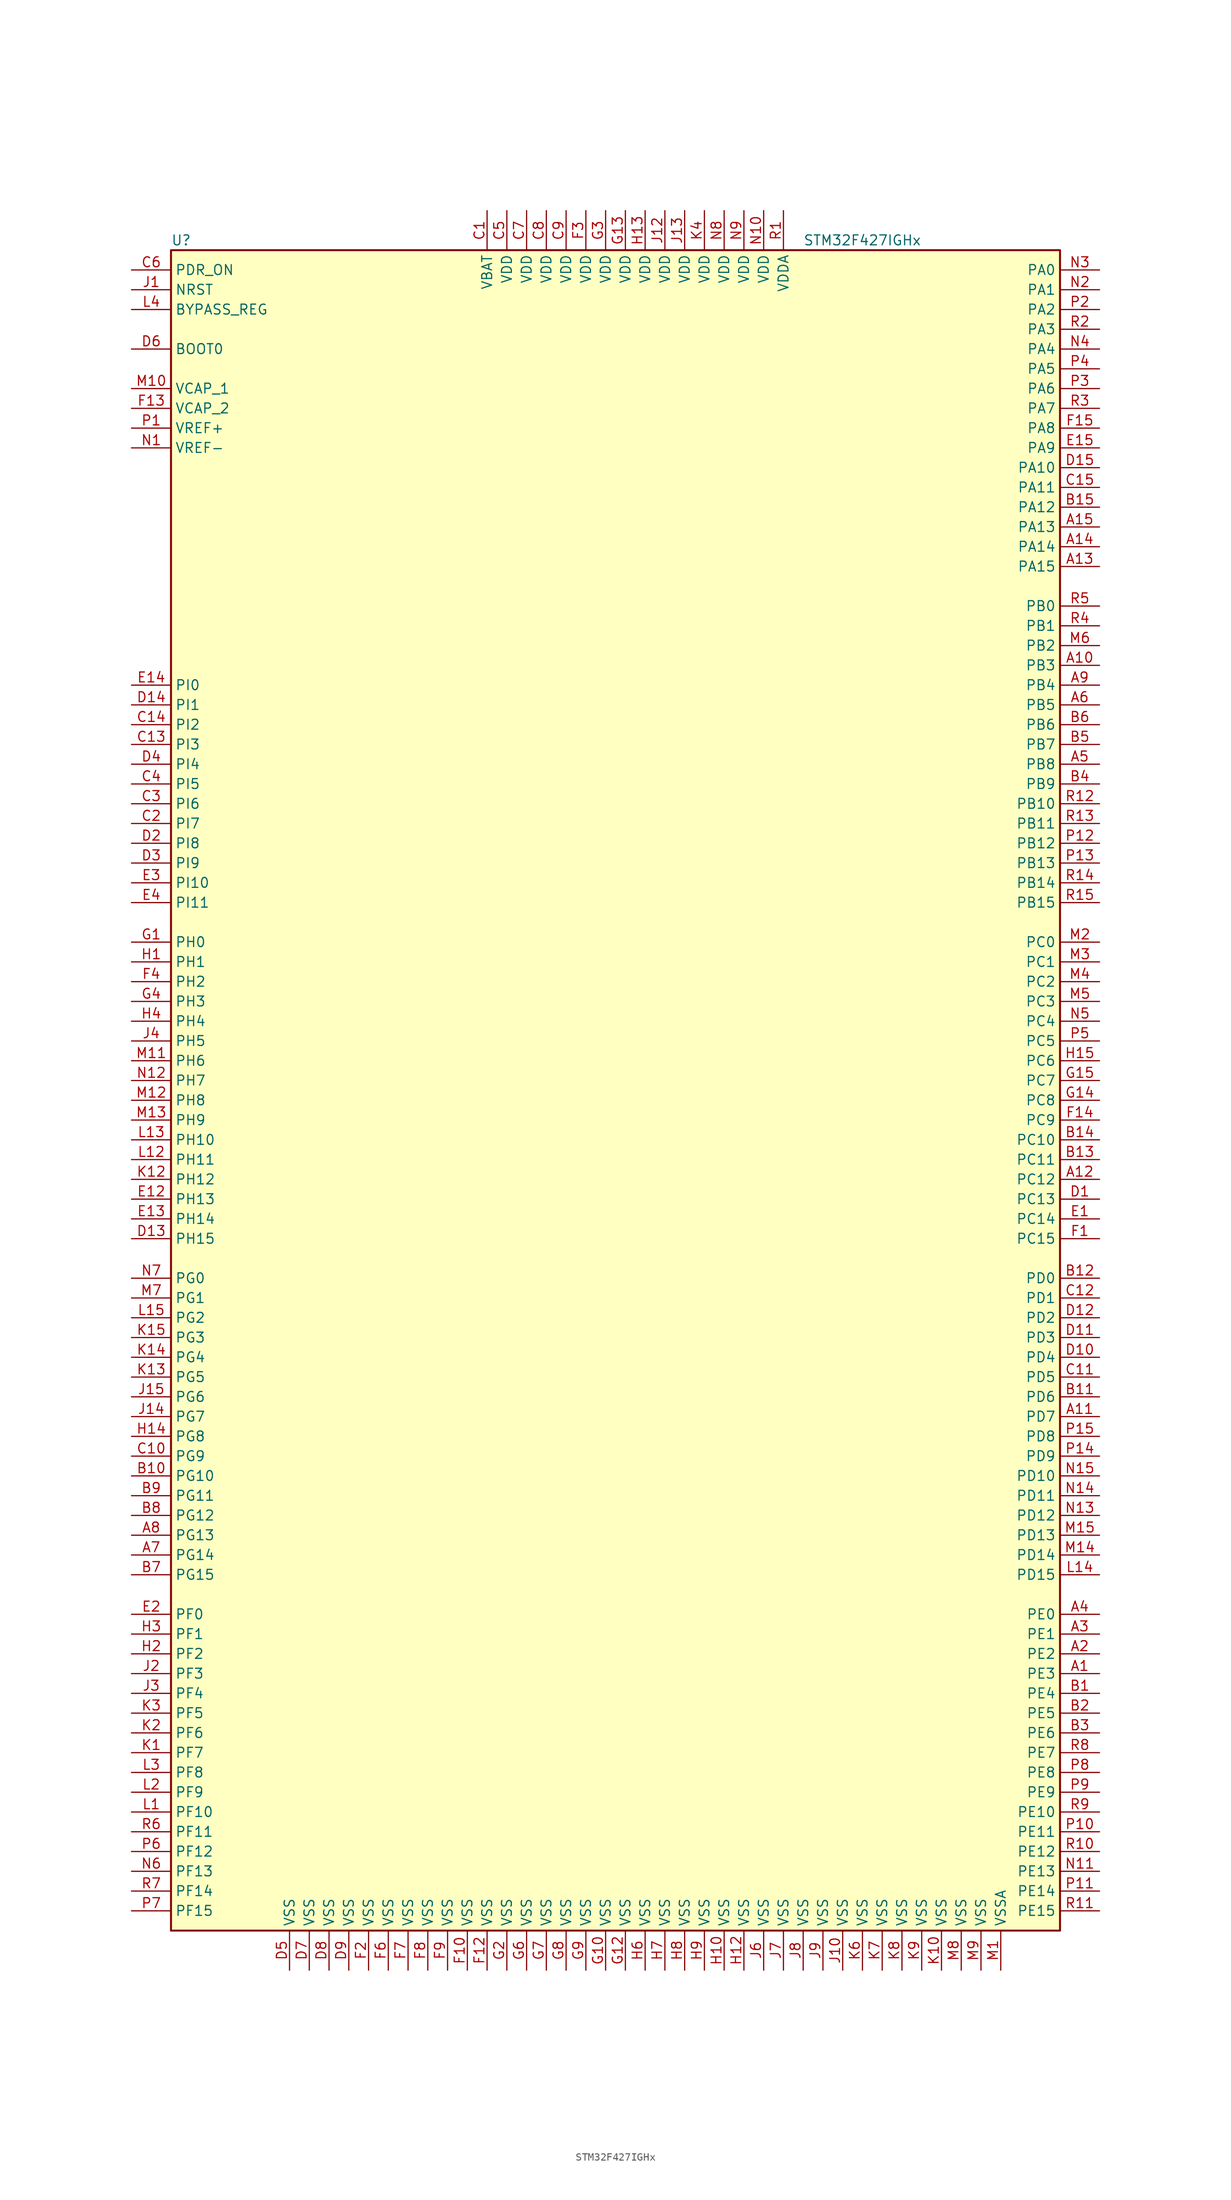
<source format=kicad_sym>
(kicad_symbol_lib
  (version 20211014)
  (generator kicad_symbol_editor)
  (symbol "STM32F427IGHx"
    (property "Reference" "U"
      (at -58.42 107.95 0)
      (effects (font (size 1.27 1.27)) (justify left)))
    (property "Value" "STM32F427IGHx"
      (at 22.86 107.95 0)
      (effects (font (size 1.27 1.27)) (justify left)))
    (symbol "STM32F427IGHx_0_1"
      (rectangle (start -58.42 -109.22) (end 55.88 106.68) (stroke (width 0.254) (type default) (color 0 0 0 0)) (fill (type background))))
    (symbol "STM32F427IGHx_1_1"
      (pin bidirectional line (at 60.96 -76.2 180) (length 5.08) (name "PE3" (effects (font (size 1.27 1.27)))) (number "A1" (effects (font (size 1.27 1.27)))))
      (pin bidirectional line (at 60.96 53.34 180) (length 5.08) (name "PB3" (effects (font (size 1.27 1.27)))) (number "A10" (effects (font (size 1.27 1.27)))))
      (pin bidirectional line (at 60.96 -43.18 180) (length 5.08) (name "PD7" (effects (font (size 1.27 1.27)))) (number "A11" (effects (font (size 1.27 1.27)))))
      (pin bidirectional line (at 60.96 -12.7 180) (length 5.08) (name "PC12" (effects (font (size 1.27 1.27)))) (number "A12" (effects (font (size 1.27 1.27)))))
      (pin bidirectional line (at 60.96 66.04 180) (length 5.08) (name "PA15" (effects (font (size 1.27 1.27)))) (number "A13" (effects (font (size 1.27 1.27)))))
      (pin bidirectional line (at 60.96 68.58 180) (length 5.08) (name "PA14" (effects (font (size 1.27 1.27)))) (number "A14" (effects (font (size 1.27 1.27)))))
      (pin bidirectional line (at 60.96 71.12 180) (length 5.08) (name "PA13" (effects (font (size 1.27 1.27)))) (number "A15" (effects (font (size 1.27 1.27)))))
      (pin bidirectional line (at 60.96 -73.66 180) (length 5.08) (name "PE2" (effects (font (size 1.27 1.27)))) (number "A2" (effects (font (size 1.27 1.27)))))
      (pin bidirectional line (at 60.96 -71.12 180) (length 5.08) (name "PE1" (effects (font (size 1.27 1.27)))) (number "A3" (effects (font (size 1.27 1.27)))))
      (pin bidirectional line (at 60.96 -68.58 180) (length 5.08) (name "PE0" (effects (font (size 1.27 1.27)))) (number "A4" (effects (font (size 1.27 1.27)))))
      (pin bidirectional line (at 60.96 40.64 180) (length 5.08) (name "PB8" (effects (font (size 1.27 1.27)))) (number "A5" (effects (font (size 1.27 1.27)))))
      (pin bidirectional line (at 60.96 48.26 180) (length 5.08) (name "PB5" (effects (font (size 1.27 1.27)))) (number "A6" (effects (font (size 1.27 1.27)))))
      (pin bidirectional line (at -63.5 -60.96 0) (length 5.08) (name "PG14" (effects (font (size 1.27 1.27)))) (number "A7" (effects (font (size 1.27 1.27)))))
      (pin bidirectional line (at -63.5 -58.42 0) (length 5.08) (name "PG13" (effects (font (size 1.27 1.27)))) (number "A8" (effects (font (size 1.27 1.27)))))
      (pin bidirectional line (at 60.96 50.8 180) (length 5.08) (name "PB4" (effects (font (size 1.27 1.27)))) (number "A9" (effects (font (size 1.27 1.27)))))
      (pin bidirectional line (at 60.96 -78.74 180) (length 5.08) (name "PE4" (effects (font (size 1.27 1.27)))) (number "B1" (effects (font (size 1.27 1.27)))))
      (pin bidirectional line (at -63.5 -50.8 0) (length 5.08) (name "PG10" (effects (font (size 1.27 1.27)))) (number "B10" (effects (font (size 1.27 1.27)))))
      (pin bidirectional line (at 60.96 -40.64 180) (length 5.08) (name "PD6" (effects (font (size 1.27 1.27)))) (number "B11" (effects (font (size 1.27 1.27)))))
      (pin bidirectional line (at 60.96 -25.4 180) (length 5.08) (name "PD0" (effects (font (size 1.27 1.27)))) (number "B12" (effects (font (size 1.27 1.27)))))
      (pin bidirectional line (at 60.96 -10.16 180) (length 5.08) (name "PC11" (effects (font (size 1.27 1.27)))) (number "B13" (effects (font (size 1.27 1.27)))))
      (pin bidirectional line (at 60.96 -7.62 180) (length 5.08) (name "PC10" (effects (font (size 1.27 1.27)))) (number "B14" (effects (font (size 1.27 1.27)))))
      (pin bidirectional line (at 60.96 73.66 180) (length 5.08) (name "PA12" (effects (font (size 1.27 1.27)))) (number "B15" (effects (font (size 1.27 1.27)))))
      (pin bidirectional line (at 60.96 -81.28 180) (length 5.08) (name "PE5" (effects (font (size 1.27 1.27)))) (number "B2" (effects (font (size 1.27 1.27)))))
      (pin bidirectional line (at 60.96 -83.82 180) (length 5.08) (name "PE6" (effects (font (size 1.27 1.27)))) (number "B3" (effects (font (size 1.27 1.27)))))
      (pin bidirectional line (at 60.96 38.1 180) (length 5.08) (name "PB9" (effects (font (size 1.27 1.27)))) (number "B4" (effects (font (size 1.27 1.27)))))
      (pin bidirectional line (at 60.96 43.18 180) (length 5.08) (name "PB7" (effects (font (size 1.27 1.27)))) (number "B5" (effects (font (size 1.27 1.27)))))
      (pin bidirectional line (at 60.96 45.72 180) (length 5.08) (name "PB6" (effects (font (size 1.27 1.27)))) (number "B6" (effects (font (size 1.27 1.27)))))
      (pin bidirectional line (at -63.5 -63.5 0) (length 5.08) (name "PG15" (effects (font (size 1.27 1.27)))) (number "B7" (effects (font (size 1.27 1.27)))))
      (pin bidirectional line (at -63.5 -55.88 0) (length 5.08) (name "PG12" (effects (font (size 1.27 1.27)))) (number "B8" (effects (font (size 1.27 1.27)))))
      (pin bidirectional line (at -63.5 -53.34 0) (length 5.08) (name "PG11" (effects (font (size 1.27 1.27)))) (number "B9" (effects (font (size 1.27 1.27)))))
      (pin power_in line (at -17.78 111.76 270) (length 5.08) (name "VBAT" (effects (font (size 1.27 1.27)))) (number "C1" (effects (font (size 1.27 1.27)))))
      (pin bidirectional line (at -63.5 -48.26 0) (length 5.08) (name "PG9" (effects (font (size 1.27 1.27)))) (number "C10" (effects (font (size 1.27 1.27)))))
      (pin bidirectional line (at 60.96 -38.1 180) (length 5.08) (name "PD5" (effects (font (size 1.27 1.27)))) (number "C11" (effects (font (size 1.27 1.27)))))
      (pin bidirectional line (at 60.96 -27.94 180) (length 5.08) (name "PD1" (effects (font (size 1.27 1.27)))) (number "C12" (effects (font (size 1.27 1.27)))))
      (pin bidirectional line (at -63.5 43.18 0) (length 5.08) (name "PI3" (effects (font (size 1.27 1.27)))) (number "C13" (effects (font (size 1.27 1.27)))))
      (pin bidirectional line (at -63.5 45.72 0) (length 5.08) (name "PI2" (effects (font (size 1.27 1.27)))) (number "C14" (effects (font (size 1.27 1.27)))))
      (pin bidirectional line (at 60.96 76.2 180) (length 5.08) (name "PA11" (effects (font (size 1.27 1.27)))) (number "C15" (effects (font (size 1.27 1.27)))))
      (pin bidirectional line (at -63.5 33.02 0) (length 5.08) (name "PI7" (effects (font (size 1.27 1.27)))) (number "C2" (effects (font (size 1.27 1.27)))))
      (pin bidirectional line (at -63.5 35.56 0) (length 5.08) (name "PI6" (effects (font (size 1.27 1.27)))) (number "C3" (effects (font (size 1.27 1.27)))))
      (pin bidirectional line (at -63.5 38.1 0) (length 5.08) (name "PI5" (effects (font (size 1.27 1.27)))) (number "C4" (effects (font (size 1.27 1.27)))))
      (pin power_in line (at -15.24 111.76 270) (length 5.08) (name "VDD" (effects (font (size 1.27 1.27)))) (number "C5" (effects (font (size 1.27 1.27)))))
      (pin input line (at -63.5 104.14 0) (length 5.08) (name "PDR_ON" (effects (font (size 1.27 1.27)))) (number "C6" (effects (font (size 1.27 1.27)))))
      (pin power_in line (at -12.7 111.76 270) (length 5.08) (name "VDD" (effects (font (size 1.27 1.27)))) (number "C7" (effects (font (size 1.27 1.27)))))
      (pin power_in line (at -10.16 111.76 270) (length 5.08) (name "VDD" (effects (font (size 1.27 1.27)))) (number "C8" (effects (font (size 1.27 1.27)))))
      (pin power_in line (at -7.62 111.76 270) (length 5.08) (name "VDD" (effects (font (size 1.27 1.27)))) (number "C9" (effects (font (size 1.27 1.27)))))
      (pin bidirectional line (at 60.96 -15.24 180) (length 5.08) (name "PC13" (effects (font (size 1.27 1.27)))) (number "D1" (effects (font (size 1.27 1.27)))))
      (pin bidirectional line (at 60.96 -35.56 180) (length 5.08) (name "PD4" (effects (font (size 1.27 1.27)))) (number "D10" (effects (font (size 1.27 1.27)))))
      (pin bidirectional line (at 60.96 -33.02 180) (length 5.08) (name "PD3" (effects (font (size 1.27 1.27)))) (number "D11" (effects (font (size 1.27 1.27)))))
      (pin bidirectional line (at 60.96 -30.48 180) (length 5.08) (name "PD2" (effects (font (size 1.27 1.27)))) (number "D12" (effects (font (size 1.27 1.27)))))
      (pin bidirectional line (at -63.5 -20.32 0) (length 5.08) (name "PH15" (effects (font (size 1.27 1.27)))) (number "D13" (effects (font (size 1.27 1.27)))))
      (pin bidirectional line (at -63.5 48.26 0) (length 5.08) (name "PI1" (effects (font (size 1.27 1.27)))) (number "D14" (effects (font (size 1.27 1.27)))))
      (pin bidirectional line (at 60.96 78.74 180) (length 5.08) (name "PA10" (effects (font (size 1.27 1.27)))) (number "D15" (effects (font (size 1.27 1.27)))))
      (pin bidirectional line (at -63.5 30.48 0) (length 5.08) (name "PI8" (effects (font (size 1.27 1.27)))) (number "D2" (effects (font (size 1.27 1.27)))))
      (pin bidirectional line (at -63.5 27.94 0) (length 5.08) (name "PI9" (effects (font (size 1.27 1.27)))) (number "D3" (effects (font (size 1.27 1.27)))))
      (pin bidirectional line (at -63.5 40.64 0) (length 5.08) (name "PI4" (effects (font (size 1.27 1.27)))) (number "D4" (effects (font (size 1.27 1.27)))))
      (pin power_in line (at -43.18 -114.3 90) (length 5.08) (name "VSS" (effects (font (size 1.27 1.27)))) (number "D5" (effects (font (size 1.27 1.27)))))
      (pin input line (at -63.5 93.98 0) (length 5.08) (name "BOOT0" (effects (font (size 1.27 1.27)))) (number "D6" (effects (font (size 1.27 1.27)))))
      (pin power_in line (at -40.64 -114.3 90) (length 5.08) (name "VSS" (effects (font (size 1.27 1.27)))) (number "D7" (effects (font (size 1.27 1.27)))))
      (pin power_in line (at -38.1 -114.3 90) (length 5.08) (name "VSS" (effects (font (size 1.27 1.27)))) (number "D8" (effects (font (size 1.27 1.27)))))
      (pin power_in line (at -35.56 -114.3 90) (length 5.08) (name "VSS" (effects (font (size 1.27 1.27)))) (number "D9" (effects (font (size 1.27 1.27)))))
      (pin bidirectional line (at 60.96 -17.78 180) (length 5.08) (name "PC14" (effects (font (size 1.27 1.27)))) (number "E1" (effects (font (size 1.27 1.27)))))
      (pin bidirectional line (at -63.5 -15.24 0) (length 5.08) (name "PH13" (effects (font (size 1.27 1.27)))) (number "E12" (effects (font (size 1.27 1.27)))))
      (pin bidirectional line (at -63.5 -17.78 0) (length 5.08) (name "PH14" (effects (font (size 1.27 1.27)))) (number "E13" (effects (font (size 1.27 1.27)))))
      (pin bidirectional line (at -63.5 50.8 0) (length 5.08) (name "PI0" (effects (font (size 1.27 1.27)))) (number "E14" (effects (font (size 1.27 1.27)))))
      (pin bidirectional line (at 60.96 81.28 180) (length 5.08) (name "PA9" (effects (font (size 1.27 1.27)))) (number "E15" (effects (font (size 1.27 1.27)))))
      (pin bidirectional line (at -63.5 -68.58 0) (length 5.08) (name "PF0" (effects (font (size 1.27 1.27)))) (number "E2" (effects (font (size 1.27 1.27)))))
      (pin bidirectional line (at -63.5 25.4 0) (length 5.08) (name "PI10" (effects (font (size 1.27 1.27)))) (number "E3" (effects (font (size 1.27 1.27)))))
      (pin bidirectional line (at -63.5 22.86 0) (length 5.08) (name "PI11" (effects (font (size 1.27 1.27)))) (number "E4" (effects (font (size 1.27 1.27)))))
      (pin bidirectional line (at 60.96 -20.32 180) (length 5.08) (name "PC15" (effects (font (size 1.27 1.27)))) (number "F1" (effects (font (size 1.27 1.27)))))
      (pin power_in line (at -20.32 -114.3 90) (length 5.08) (name "VSS" (effects (font (size 1.27 1.27)))) (number "F10" (effects (font (size 1.27 1.27)))))
      (pin power_in line (at -17.78 -114.3 90) (length 5.08) (name "VSS" (effects (font (size 1.27 1.27)))) (number "F12" (effects (font (size 1.27 1.27)))))
      (pin power_in line (at -63.5 86.36 0) (length 5.08) (name "VCAP_2" (effects (font (size 1.27 1.27)))) (number "F13" (effects (font (size 1.27 1.27)))))
      (pin bidirectional line (at 60.96 -5.08 180) (length 5.08) (name "PC9" (effects (font (size 1.27 1.27)))) (number "F14" (effects (font (size 1.27 1.27)))))
      (pin bidirectional line (at 60.96 83.82 180) (length 5.08) (name "PA8" (effects (font (size 1.27 1.27)))) (number "F15" (effects (font (size 1.27 1.27)))))
      (pin power_in line (at -33.02 -114.3 90) (length 5.08) (name "VSS" (effects (font (size 1.27 1.27)))) (number "F2" (effects (font (size 1.27 1.27)))))
      (pin power_in line (at -5.08 111.76 270) (length 5.08) (name "VDD" (effects (font (size 1.27 1.27)))) (number "F3" (effects (font (size 1.27 1.27)))))
      (pin bidirectional line (at -63.5 12.7 0) (length 5.08) (name "PH2" (effects (font (size 1.27 1.27)))) (number "F4" (effects (font (size 1.27 1.27)))))
      (pin power_in line (at -30.48 -114.3 90) (length 5.08) (name "VSS" (effects (font (size 1.27 1.27)))) (number "F6" (effects (font (size 1.27 1.27)))))
      (pin power_in line (at -27.94 -114.3 90) (length 5.08) (name "VSS" (effects (font (size 1.27 1.27)))) (number "F7" (effects (font (size 1.27 1.27)))))
      (pin power_in line (at -25.4 -114.3 90) (length 5.08) (name "VSS" (effects (font (size 1.27 1.27)))) (number "F8" (effects (font (size 1.27 1.27)))))
      (pin power_in line (at -22.86 -114.3 90) (length 5.08) (name "VSS" (effects (font (size 1.27 1.27)))) (number "F9" (effects (font (size 1.27 1.27)))))
      (pin input line (at -63.5 17.78 0) (length 5.08) (name "PH0" (effects (font (size 1.27 1.27)))) (number "G1" (effects (font (size 1.27 1.27)))))
      (pin power_in line (at -2.54 -114.3 90) (length 5.08) (name "VSS" (effects (font (size 1.27 1.27)))) (number "G10" (effects (font (size 1.27 1.27)))))
      (pin power_in line (at 0 -114.3 90) (length 5.08) (name "VSS" (effects (font (size 1.27 1.27)))) (number "G12" (effects (font (size 1.27 1.27)))))
      (pin power_in line (at 0 111.76 270) (length 5.08) (name "VDD" (effects (font (size 1.27 1.27)))) (number "G13" (effects (font (size 1.27 1.27)))))
      (pin bidirectional line (at 60.96 -2.54 180) (length 5.08) (name "PC8" (effects (font (size 1.27 1.27)))) (number "G14" (effects (font (size 1.27 1.27)))))
      (pin bidirectional line (at 60.96 0 180) (length 5.08) (name "PC7" (effects (font (size 1.27 1.27)))) (number "G15" (effects (font (size 1.27 1.27)))))
      (pin power_in line (at -15.24 -114.3 90) (length 5.08) (name "VSS" (effects (font (size 1.27 1.27)))) (number "G2" (effects (font (size 1.27 1.27)))))
      (pin power_in line (at -2.54 111.76 270) (length 5.08) (name "VDD" (effects (font (size 1.27 1.27)))) (number "G3" (effects (font (size 1.27 1.27)))))
      (pin bidirectional line (at -63.5 10.16 0) (length 5.08) (name "PH3" (effects (font (size 1.27 1.27)))) (number "G4" (effects (font (size 1.27 1.27)))))
      (pin power_in line (at -12.7 -114.3 90) (length 5.08) (name "VSS" (effects (font (size 1.27 1.27)))) (number "G6" (effects (font (size 1.27 1.27)))))
      (pin power_in line (at -10.16 -114.3 90) (length 5.08) (name "VSS" (effects (font (size 1.27 1.27)))) (number "G7" (effects (font (size 1.27 1.27)))))
      (pin power_in line (at -7.62 -114.3 90) (length 5.08) (name "VSS" (effects (font (size 1.27 1.27)))) (number "G8" (effects (font (size 1.27 1.27)))))
      (pin power_in line (at -5.08 -114.3 90) (length 5.08) (name "VSS" (effects (font (size 1.27 1.27)))) (number "G9" (effects (font (size 1.27 1.27)))))
      (pin input line (at -63.5 15.24 0) (length 5.08) (name "PH1" (effects (font (size 1.27 1.27)))) (number "H1" (effects (font (size 1.27 1.27)))))
      (pin power_in line (at 12.7 -114.3 90) (length 5.08) (name "VSS" (effects (font (size 1.27 1.27)))) (number "H10" (effects (font (size 1.27 1.27)))))
      (pin power_in line (at 15.24 -114.3 90) (length 5.08) (name "VSS" (effects (font (size 1.27 1.27)))) (number "H12" (effects (font (size 1.27 1.27)))))
      (pin power_in line (at 2.54 111.76 270) (length 5.08) (name "VDD" (effects (font (size 1.27 1.27)))) (number "H13" (effects (font (size 1.27 1.27)))))
      (pin bidirectional line (at -63.5 -45.72 0) (length 5.08) (name "PG8" (effects (font (size 1.27 1.27)))) (number "H14" (effects (font (size 1.27 1.27)))))
      (pin bidirectional line (at 60.96 2.54 180) (length 5.08) (name "PC6" (effects (font (size 1.27 1.27)))) (number "H15" (effects (font (size 1.27 1.27)))))
      (pin bidirectional line (at -63.5 -73.66 0) (length 5.08) (name "PF2" (effects (font (size 1.27 1.27)))) (number "H2" (effects (font (size 1.27 1.27)))))
      (pin bidirectional line (at -63.5 -71.12 0) (length 5.08) (name "PF1" (effects (font (size 1.27 1.27)))) (number "H3" (effects (font (size 1.27 1.27)))))
      (pin bidirectional line (at -63.5 7.62 0) (length 5.08) (name "PH4" (effects (font (size 1.27 1.27)))) (number "H4" (effects (font (size 1.27 1.27)))))
      (pin power_in line (at 2.54 -114.3 90) (length 5.08) (name "VSS" (effects (font (size 1.27 1.27)))) (number "H6" (effects (font (size 1.27 1.27)))))
      (pin power_in line (at 5.08 -114.3 90) (length 5.08) (name "VSS" (effects (font (size 1.27 1.27)))) (number "H7" (effects (font (size 1.27 1.27)))))
      (pin power_in line (at 7.62 -114.3 90) (length 5.08) (name "VSS" (effects (font (size 1.27 1.27)))) (number "H8" (effects (font (size 1.27 1.27)))))
      (pin power_in line (at 10.16 -114.3 90) (length 5.08) (name "VSS" (effects (font (size 1.27 1.27)))) (number "H9" (effects (font (size 1.27 1.27)))))
      (pin input line (at -63.5 101.6 0) (length 5.08) (name "NRST" (effects (font (size 1.27 1.27)))) (number "J1" (effects (font (size 1.27 1.27)))))
      (pin power_in line (at 27.94 -114.3 90) (length 5.08) (name "VSS" (effects (font (size 1.27 1.27)))) (number "J10" (effects (font (size 1.27 1.27)))))
      (pin power_in line (at 5.08 111.76 270) (length 5.08) (name "VDD" (effects (font (size 1.27 1.27)))) (number "J12" (effects (font (size 1.27 1.27)))))
      (pin power_in line (at 7.62 111.76 270) (length 5.08) (name "VDD" (effects (font (size 1.27 1.27)))) (number "J13" (effects (font (size 1.27 1.27)))))
      (pin bidirectional line (at -63.5 -43.18 0) (length 5.08) (name "PG7" (effects (font (size 1.27 1.27)))) (number "J14" (effects (font (size 1.27 1.27)))))
      (pin bidirectional line (at -63.5 -40.64 0) (length 5.08) (name "PG6" (effects (font (size 1.27 1.27)))) (number "J15" (effects (font (size 1.27 1.27)))))
      (pin bidirectional line (at -63.5 -76.2 0) (length 5.08) (name "PF3" (effects (font (size 1.27 1.27)))) (number "J2" (effects (font (size 1.27 1.27)))))
      (pin bidirectional line (at -63.5 -78.74 0) (length 5.08) (name "PF4" (effects (font (size 1.27 1.27)))) (number "J3" (effects (font (size 1.27 1.27)))))
      (pin bidirectional line (at -63.5 5.08 0) (length 5.08) (name "PH5" (effects (font (size 1.27 1.27)))) (number "J4" (effects (font (size 1.27 1.27)))))
      (pin power_in line (at 17.78 -114.3 90) (length 5.08) (name "VSS" (effects (font (size 1.27 1.27)))) (number "J6" (effects (font (size 1.27 1.27)))))
      (pin power_in line (at 20.32 -114.3 90) (length 5.08) (name "VSS" (effects (font (size 1.27 1.27)))) (number "J7" (effects (font (size 1.27 1.27)))))
      (pin power_in line (at 22.86 -114.3 90) (length 5.08) (name "VSS" (effects (font (size 1.27 1.27)))) (number "J8" (effects (font (size 1.27 1.27)))))
      (pin power_in line (at 25.4 -114.3 90) (length 5.08) (name "VSS" (effects (font (size 1.27 1.27)))) (number "J9" (effects (font (size 1.27 1.27)))))
      (pin bidirectional line (at -63.5 -86.36 0) (length 5.08) (name "PF7" (effects (font (size 1.27 1.27)))) (number "K1" (effects (font (size 1.27 1.27)))))
      (pin power_in line (at 40.64 -114.3 90) (length 5.08) (name "VSS" (effects (font (size 1.27 1.27)))) (number "K10" (effects (font (size 1.27 1.27)))))
      (pin bidirectional line (at -63.5 -12.7 0) (length 5.08) (name "PH12" (effects (font (size 1.27 1.27)))) (number "K12" (effects (font (size 1.27 1.27)))))
      (pin bidirectional line (at -63.5 -38.1 0) (length 5.08) (name "PG5" (effects (font (size 1.27 1.27)))) (number "K13" (effects (font (size 1.27 1.27)))))
      (pin bidirectional line (at -63.5 -35.56 0) (length 5.08) (name "PG4" (effects (font (size 1.27 1.27)))) (number "K14" (effects (font (size 1.27 1.27)))))
      (pin bidirectional line (at -63.5 -33.02 0) (length 5.08) (name "PG3" (effects (font (size 1.27 1.27)))) (number "K15" (effects (font (size 1.27 1.27)))))
      (pin bidirectional line (at -63.5 -83.82 0) (length 5.08) (name "PF6" (effects (font (size 1.27 1.27)))) (number "K2" (effects (font (size 1.27 1.27)))))
      (pin bidirectional line (at -63.5 -81.28 0) (length 5.08) (name "PF5" (effects (font (size 1.27 1.27)))) (number "K3" (effects (font (size 1.27 1.27)))))
      (pin power_in line (at 10.16 111.76 270) (length 5.08) (name "VDD" (effects (font (size 1.27 1.27)))) (number "K4" (effects (font (size 1.27 1.27)))))
      (pin power_in line (at 30.48 -114.3 90) (length 5.08) (name "VSS" (effects (font (size 1.27 1.27)))) (number "K6" (effects (font (size 1.27 1.27)))))
      (pin power_in line (at 33.02 -114.3 90) (length 5.08) (name "VSS" (effects (font (size 1.27 1.27)))) (number "K7" (effects (font (size 1.27 1.27)))))
      (pin power_in line (at 35.56 -114.3 90) (length 5.08) (name "VSS" (effects (font (size 1.27 1.27)))) (number "K8" (effects (font (size 1.27 1.27)))))
      (pin power_in line (at 38.1 -114.3 90) (length 5.08) (name "VSS" (effects (font (size 1.27 1.27)))) (number "K9" (effects (font (size 1.27 1.27)))))
      (pin bidirectional line (at -63.5 -93.98 0) (length 5.08) (name "PF10" (effects (font (size 1.27 1.27)))) (number "L1" (effects (font (size 1.27 1.27)))))
      (pin bidirectional line (at -63.5 -10.16 0) (length 5.08) (name "PH11" (effects (font (size 1.27 1.27)))) (number "L12" (effects (font (size 1.27 1.27)))))
      (pin bidirectional line (at -63.5 -7.62 0) (length 5.08) (name "PH10" (effects (font (size 1.27 1.27)))) (number "L13" (effects (font (size 1.27 1.27)))))
      (pin bidirectional line (at 60.96 -63.5 180) (length 5.08) (name "PD15" (effects (font (size 1.27 1.27)))) (number "L14" (effects (font (size 1.27 1.27)))))
      (pin bidirectional line (at -63.5 -30.48 0) (length 5.08) (name "PG2" (effects (font (size 1.27 1.27)))) (number "L15" (effects (font (size 1.27 1.27)))))
      (pin bidirectional line (at -63.5 -91.44 0) (length 5.08) (name "PF9" (effects (font (size 1.27 1.27)))) (number "L2" (effects (font (size 1.27 1.27)))))
      (pin bidirectional line (at -63.5 -88.9 0) (length 5.08) (name "PF8" (effects (font (size 1.27 1.27)))) (number "L3" (effects (font (size 1.27 1.27)))))
      (pin input line (at -63.5 99.06 0) (length 5.08) (name "BYPASS_REG" (effects (font (size 1.27 1.27)))) (number "L4" (effects (font (size 1.27 1.27)))))
      (pin power_in line (at 48.26 -114.3 90) (length 5.08) (name "VSSA" (effects (font (size 1.27 1.27)))) (number "M1" (effects (font (size 1.27 1.27)))))
      (pin power_in line (at -63.5 88.9 0) (length 5.08) (name "VCAP_1" (effects (font (size 1.27 1.27)))) (number "M10" (effects (font (size 1.27 1.27)))))
      (pin bidirectional line (at -63.5 2.54 0) (length 5.08) (name "PH6" (effects (font (size 1.27 1.27)))) (number "M11" (effects (font (size 1.27 1.27)))))
      (pin bidirectional line (at -63.5 -2.54 0) (length 5.08) (name "PH8" (effects (font (size 1.27 1.27)))) (number "M12" (effects (font (size 1.27 1.27)))))
      (pin bidirectional line (at -63.5 -5.08 0) (length 5.08) (name "PH9" (effects (font (size 1.27 1.27)))) (number "M13" (effects (font (size 1.27 1.27)))))
      (pin bidirectional line (at 60.96 -60.96 180) (length 5.08) (name "PD14" (effects (font (size 1.27 1.27)))) (number "M14" (effects (font (size 1.27 1.27)))))
      (pin bidirectional line (at 60.96 -58.42 180) (length 5.08) (name "PD13" (effects (font (size 1.27 1.27)))) (number "M15" (effects (font (size 1.27 1.27)))))
      (pin bidirectional line (at 60.96 17.78 180) (length 5.08) (name "PC0" (effects (font (size 1.27 1.27)))) (number "M2" (effects (font (size 1.27 1.27)))))
      (pin bidirectional line (at 60.96 15.24 180) (length 5.08) (name "PC1" (effects (font (size 1.27 1.27)))) (number "M3" (effects (font (size 1.27 1.27)))))
      (pin bidirectional line (at 60.96 12.7 180) (length 5.08) (name "PC2" (effects (font (size 1.27 1.27)))) (number "M4" (effects (font (size 1.27 1.27)))))
      (pin bidirectional line (at 60.96 10.16 180) (length 5.08) (name "PC3" (effects (font (size 1.27 1.27)))) (number "M5" (effects (font (size 1.27 1.27)))))
      (pin bidirectional line (at 60.96 55.88 180) (length 5.08) (name "PB2" (effects (font (size 1.27 1.27)))) (number "M6" (effects (font (size 1.27 1.27)))))
      (pin bidirectional line (at -63.5 -27.94 0) (length 5.08) (name "PG1" (effects (font (size 1.27 1.27)))) (number "M7" (effects (font (size 1.27 1.27)))))
      (pin power_in line (at 43.18 -114.3 90) (length 5.08) (name "VSS" (effects (font (size 1.27 1.27)))) (number "M8" (effects (font (size 1.27 1.27)))))
      (pin power_in line (at 45.72 -114.3 90) (length 5.08) (name "VSS" (effects (font (size 1.27 1.27)))) (number "M9" (effects (font (size 1.27 1.27)))))
      (pin power_in line (at -63.5 81.28 0) (length 5.08) (name "VREF-" (effects (font (size 1.27 1.27)))) (number "N1" (effects (font (size 1.27 1.27)))))
      (pin power_in line (at 17.78 111.76 270) (length 5.08) (name "VDD" (effects (font (size 1.27 1.27)))) (number "N10" (effects (font (size 1.27 1.27)))))
      (pin bidirectional line (at 60.96 -101.6 180) (length 5.08) (name "PE13" (effects (font (size 1.27 1.27)))) (number "N11" (effects (font (size 1.27 1.27)))))
      (pin bidirectional line (at -63.5 0 0) (length 5.08) (name "PH7" (effects (font (size 1.27 1.27)))) (number "N12" (effects (font (size 1.27 1.27)))))
      (pin bidirectional line (at 60.96 -55.88 180) (length 5.08) (name "PD12" (effects (font (size 1.27 1.27)))) (number "N13" (effects (font (size 1.27 1.27)))))
      (pin bidirectional line (at 60.96 -53.34 180) (length 5.08) (name "PD11" (effects (font (size 1.27 1.27)))) (number "N14" (effects (font (size 1.27 1.27)))))
      (pin bidirectional line (at 60.96 -50.8 180) (length 5.08) (name "PD10" (effects (font (size 1.27 1.27)))) (number "N15" (effects (font (size 1.27 1.27)))))
      (pin bidirectional line (at 60.96 101.6 180) (length 5.08) (name "PA1" (effects (font (size 1.27 1.27)))) (number "N2" (effects (font (size 1.27 1.27)))))
      (pin bidirectional line (at 60.96 104.14 180) (length 5.08) (name "PA0" (effects (font (size 1.27 1.27)))) (number "N3" (effects (font (size 1.27 1.27)))))
      (pin bidirectional line (at 60.96 93.98 180) (length 5.08) (name "PA4" (effects (font (size 1.27 1.27)))) (number "N4" (effects (font (size 1.27 1.27)))))
      (pin bidirectional line (at 60.96 7.62 180) (length 5.08) (name "PC4" (effects (font (size 1.27 1.27)))) (number "N5" (effects (font (size 1.27 1.27)))))
      (pin bidirectional line (at -63.5 -101.6 0) (length 5.08) (name "PF13" (effects (font (size 1.27 1.27)))) (number "N6" (effects (font (size 1.27 1.27)))))
      (pin bidirectional line (at -63.5 -25.4 0) (length 5.08) (name "PG0" (effects (font (size 1.27 1.27)))) (number "N7" (effects (font (size 1.27 1.27)))))
      (pin power_in line (at 12.7 111.76 270) (length 5.08) (name "VDD" (effects (font (size 1.27 1.27)))) (number "N8" (effects (font (size 1.27 1.27)))))
      (pin power_in line (at 15.24 111.76 270) (length 5.08) (name "VDD" (effects (font (size 1.27 1.27)))) (number "N9" (effects (font (size 1.27 1.27)))))
      (pin power_in line (at -63.5 83.82 0) (length 5.08) (name "VREF+" (effects (font (size 1.27 1.27)))) (number "P1" (effects (font (size 1.27 1.27)))))
      (pin bidirectional line (at 60.96 -96.52 180) (length 5.08) (name "PE11" (effects (font (size 1.27 1.27)))) (number "P10" (effects (font (size 1.27 1.27)))))
      (pin bidirectional line (at 60.96 -104.14 180) (length 5.08) (name "PE14" (effects (font (size 1.27 1.27)))) (number "P11" (effects (font (size 1.27 1.27)))))
      (pin bidirectional line (at 60.96 30.48 180) (length 5.08) (name "PB12" (effects (font (size 1.27 1.27)))) (number "P12" (effects (font (size 1.27 1.27)))))
      (pin bidirectional line (at 60.96 27.94 180) (length 5.08) (name "PB13" (effects (font (size 1.27 1.27)))) (number "P13" (effects (font (size 1.27 1.27)))))
      (pin bidirectional line (at 60.96 -48.26 180) (length 5.08) (name "PD9" (effects (font (size 1.27 1.27)))) (number "P14" (effects (font (size 1.27 1.27)))))
      (pin bidirectional line (at 60.96 -45.72 180) (length 5.08) (name "PD8" (effects (font (size 1.27 1.27)))) (number "P15" (effects (font (size 1.27 1.27)))))
      (pin bidirectional line (at 60.96 99.06 180) (length 5.08) (name "PA2" (effects (font (size 1.27 1.27)))) (number "P2" (effects (font (size 1.27 1.27)))))
      (pin bidirectional line (at 60.96 88.9 180) (length 5.08) (name "PA6" (effects (font (size 1.27 1.27)))) (number "P3" (effects (font (size 1.27 1.27)))))
      (pin bidirectional line (at 60.96 91.44 180) (length 5.08) (name "PA5" (effects (font (size 1.27 1.27)))) (number "P4" (effects (font (size 1.27 1.27)))))
      (pin bidirectional line (at 60.96 5.08 180) (length 5.08) (name "PC5" (effects (font (size 1.27 1.27)))) (number "P5" (effects (font (size 1.27 1.27)))))
      (pin bidirectional line (at -63.5 -99.06 0) (length 5.08) (name "PF12" (effects (font (size 1.27 1.27)))) (number "P6" (effects (font (size 1.27 1.27)))))
      (pin bidirectional line (at -63.5 -106.68 0) (length 5.08) (name "PF15" (effects (font (size 1.27 1.27)))) (number "P7" (effects (font (size 1.27 1.27)))))
      (pin bidirectional line (at 60.96 -88.9 180) (length 5.08) (name "PE8" (effects (font (size 1.27 1.27)))) (number "P8" (effects (font (size 1.27 1.27)))))
      (pin bidirectional line (at 60.96 -91.44 180) (length 5.08) (name "PE9" (effects (font (size 1.27 1.27)))) (number "P9" (effects (font (size 1.27 1.27)))))
      (pin power_in line (at 20.32 111.76 270) (length 5.08) (name "VDDA" (effects (font (size 1.27 1.27)))) (number "R1" (effects (font (size 1.27 1.27)))))
      (pin bidirectional line (at 60.96 -99.06 180) (length 5.08) (name "PE12" (effects (font (size 1.27 1.27)))) (number "R10" (effects (font (size 1.27 1.27)))))
      (pin bidirectional line (at 60.96 -106.68 180) (length 5.08) (name "PE15" (effects (font (size 1.27 1.27)))) (number "R11" (effects (font (size 1.27 1.27)))))
      (pin bidirectional line (at 60.96 35.56 180) (length 5.08) (name "PB10" (effects (font (size 1.27 1.27)))) (number "R12" (effects (font (size 1.27 1.27)))))
      (pin bidirectional line (at 60.96 33.02 180) (length 5.08) (name "PB11" (effects (font (size 1.27 1.27)))) (number "R13" (effects (font (size 1.27 1.27)))))
      (pin bidirectional line (at 60.96 25.4 180) (length 5.08) (name "PB14" (effects (font (size 1.27 1.27)))) (number "R14" (effects (font (size 1.27 1.27)))))
      (pin bidirectional line (at 60.96 22.86 180) (length 5.08) (name "PB15" (effects (font (size 1.27 1.27)))) (number "R15" (effects (font (size 1.27 1.27)))))
      (pin bidirectional line (at 60.96 96.52 180) (length 5.08) (name "PA3" (effects (font (size 1.27 1.27)))) (number "R2" (effects (font (size 1.27 1.27)))))
      (pin bidirectional line (at 60.96 86.36 180) (length 5.08) (name "PA7" (effects (font (size 1.27 1.27)))) (number "R3" (effects (font (size 1.27 1.27)))))
      (pin bidirectional line (at 60.96 58.42 180) (length 5.08) (name "PB1" (effects (font (size 1.27 1.27)))) (number "R4" (effects (font (size 1.27 1.27)))))
      (pin bidirectional line (at 60.96 60.96 180) (length 5.08) (name "PB0" (effects (font (size 1.27 1.27)))) (number "R5" (effects (font (size 1.27 1.27)))))
      (pin bidirectional line (at -63.5 -96.52 0) (length 5.08) (name "PF11" (effects (font (size 1.27 1.27)))) (number "R6" (effects (font (size 1.27 1.27)))))
      (pin bidirectional line (at -63.5 -104.14 0) (length 5.08) (name "PF14" (effects (font (size 1.27 1.27)))) (number "R7" (effects (font (size 1.27 1.27)))))
      (pin bidirectional line (at 60.96 -86.36 180) (length 5.08) (name "PE7" (effects (font (size 1.27 1.27)))) (number "R8" (effects (font (size 1.27 1.27)))))
      (pin bidirectional line (at 60.96 -93.98 180) (length 5.08) (name "PE10" (effects (font (size 1.27 1.27)))) (number "R9" (effects (font (size 1.27 1.27))))))))
</source>
